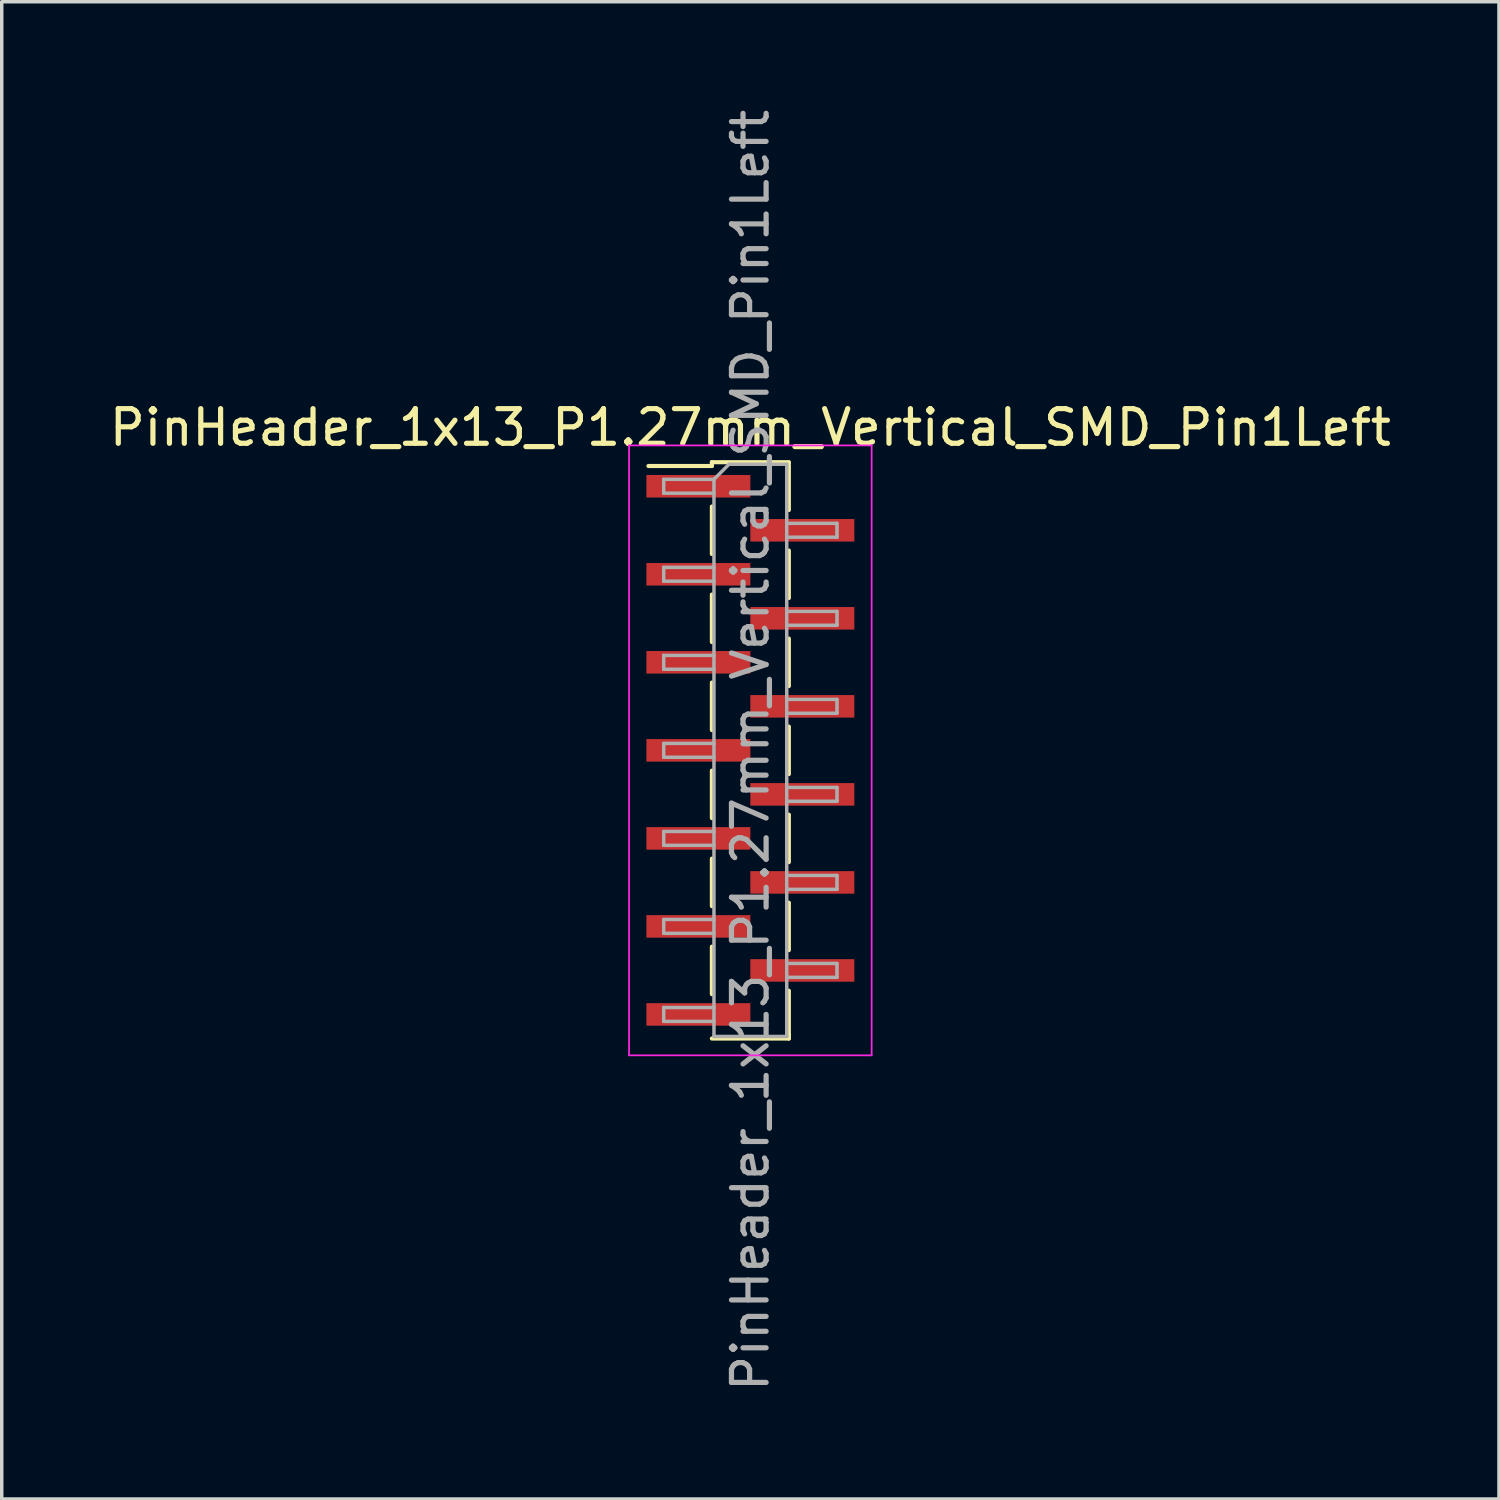
<source format=kicad_pcb>
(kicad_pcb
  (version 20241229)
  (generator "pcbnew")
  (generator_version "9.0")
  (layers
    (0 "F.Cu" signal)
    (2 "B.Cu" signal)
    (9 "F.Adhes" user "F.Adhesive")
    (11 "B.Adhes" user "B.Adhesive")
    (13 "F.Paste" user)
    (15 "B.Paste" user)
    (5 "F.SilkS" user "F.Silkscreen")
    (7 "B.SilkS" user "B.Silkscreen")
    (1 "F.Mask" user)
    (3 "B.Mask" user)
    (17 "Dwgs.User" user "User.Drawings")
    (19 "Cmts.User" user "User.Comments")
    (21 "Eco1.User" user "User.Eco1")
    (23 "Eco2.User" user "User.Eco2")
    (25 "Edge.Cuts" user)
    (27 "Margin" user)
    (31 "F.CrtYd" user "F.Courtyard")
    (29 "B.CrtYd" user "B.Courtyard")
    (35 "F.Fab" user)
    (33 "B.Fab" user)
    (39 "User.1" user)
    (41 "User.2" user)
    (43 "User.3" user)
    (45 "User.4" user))
  (footprint "PinHeader_1x13_P1.27mm_Vertical_SMD_Pin1Left"
    (layer "F.Cu")
    (at 18.601 18.601)
    (property "Reference" "PinHeader_1x13_P1.27mm_Vertical_SMD_Pin1Left" (at 0 -9.315 0) (layer "F.SilkS") (effects (font (size 1 1) (thickness 0.15))))
    (attr smd)
    (fp_line (start -1.11 -8.315) (end -1.11 -8.205) (stroke (width 0.12) (type solid)) (layer "F.SilkS"))
    (fp_line (start -1.11 -8.315) (end 1.11 -8.315) (stroke (width 0.12) (type solid)) (layer "F.SilkS"))
    (fp_line (start -1.11 -8.205) (end -2.94 -8.205) (stroke (width 0.12) (type solid)) (layer "F.SilkS"))
    (fp_line (start -1.11 -7.035) (end -1.11 -5.665) (stroke (width 0.12) (type solid)) (layer "F.SilkS"))
    (fp_line (start -1.11 -4.495) (end -1.11 -3.125) (stroke (width 0.12) (type solid)) (layer "F.SilkS"))
    (fp_line (start -1.11 -1.955) (end -1.11 -0.585) (stroke (width 0.12) (type solid)) (layer "F.SilkS"))
    (fp_line (start -1.11 0.585) (end -1.11 1.955) (stroke (width 0.12) (type solid)) (layer "F.SilkS"))
    (fp_line (start -1.11 3.125) (end -1.11 4.495) (stroke (width 0.12) (type solid)) (layer "F.SilkS"))
    (fp_line (start -1.11 5.665) (end -1.11 7.035) (stroke (width 0.12) (type solid)) (layer "F.SilkS"))
    (fp_line (start -1.11 8.315) (end 1.11 8.315) (stroke (width 0.12) (type solid)) (layer "F.SilkS"))
    (fp_line (start 1.11 -8.305) (end 1.11 -6.935) (stroke (width 0.12) (type solid)) (layer "F.SilkS"))
    (fp_line (start 1.11 -5.765) (end 1.11 -4.395) (stroke (width 0.12) (type solid)) (layer "F.SilkS"))
    (fp_line (start 1.11 -3.225) (end 1.11 -1.855) (stroke (width 0.12) (type solid)) (layer "F.SilkS"))
    (fp_line (start 1.11 -0.685) (end 1.11 0.685) (stroke (width 0.12) (type solid)) (layer "F.SilkS"))
    (fp_line (start 1.11 1.855) (end 1.11 3.225) (stroke (width 0.12) (type solid)) (layer "F.SilkS"))
    (fp_line (start 1.11 4.395) (end 1.11 5.765) (stroke (width 0.12) (type solid)) (layer "F.SilkS"))
    (fp_line (start 1.11 6.935) (end 1.11 8.305) (stroke (width 0.12) (type solid)) (layer "F.SilkS"))
    (fp_line (start 1.11 8.205) (end 1.11 8.315) (stroke (width 0.12) (type solid)) (layer "F.SilkS"))
    (fp_line (start -3.5 -8.8) (end -3.5 8.8) (stroke (width 0.05) (type solid)) (layer "F.CrtYd"))
    (fp_line (start -3.5 8.8) (end 3.5 8.8) (stroke (width 0.05) (type solid)) (layer "F.CrtYd"))
    (fp_line (start 3.5 -8.8) (end -3.5 -8.8) (stroke (width 0.05) (type solid)) (layer "F.CrtYd"))
    (fp_line (start 3.5 8.8) (end 3.5 -8.8) (stroke (width 0.05) (type solid)) (layer "F.CrtYd"))
    (fp_line (start -2.5 -7.82) (end -2.5 -7.42) (stroke (width 0.1) (type solid)) (layer "F.Fab"))
    (fp_line (start -2.5 -7.42) (end -1.05 -7.42) (stroke (width 0.1) (type solid)) (layer "F.Fab"))
    (fp_line (start -2.5 -5.28) (end -2.5 -4.88) (stroke (width 0.1) (type solid)) (layer "F.Fab"))
    (fp_line (start -2.5 -4.88) (end -1.05 -4.88) (stroke (width 0.1) (type solid)) (layer "F.Fab"))
    (fp_line (start -2.5 -2.74) (end -2.5 -2.34) (stroke (width 0.1) (type solid)) (layer "F.Fab"))
    (fp_line (start -2.5 -2.34) (end -1.05 -2.34) (stroke (width 0.1) (type solid)) (layer "F.Fab"))
    (fp_line (start -2.5 -0.2) (end -2.5 0.2) (stroke (width 0.1) (type solid)) (layer "F.Fab"))
    (fp_line (start -2.5 0.2) (end -1.05 0.2) (stroke (width 0.1) (type solid)) (layer "F.Fab"))
    (fp_line (start -2.5 2.34) (end -2.5 2.74) (stroke (width 0.1) (type solid)) (layer "F.Fab"))
    (fp_line (start -2.5 2.74) (end -1.05 2.74) (stroke (width 0.1) (type solid)) (layer "F.Fab"))
    (fp_line (start -2.5 4.88) (end -2.5 5.28) (stroke (width 0.1) (type solid)) (layer "F.Fab"))
    (fp_line (start -2.5 5.28) (end -1.05 5.28) (stroke (width 0.1) (type solid)) (layer "F.Fab"))
    (fp_line (start -2.5 7.42) (end -2.5 7.82) (stroke (width 0.1) (type solid)) (layer "F.Fab"))
    (fp_line (start -2.5 7.82) (end -1.05 7.82) (stroke (width 0.1) (type solid)) (layer "F.Fab"))
    (fp_line (start -1.05 -7.82) (end -2.5 -7.82) (stroke (width 0.1) (type solid)) (layer "F.Fab"))
    (fp_line (start -1.05 -7.82) (end -0.615 -8.255) (stroke (width 0.1) (type solid)) (layer "F.Fab"))
    (fp_line (start -1.05 -5.28) (end -2.5 -5.28) (stroke (width 0.1) (type solid)) (layer "F.Fab"))
    (fp_line (start -1.05 -2.74) (end -2.5 -2.74) (stroke (width 0.1) (type solid)) (layer "F.Fab"))
    (fp_line (start -1.05 -0.2) (end -2.5 -0.2) (stroke (width 0.1) (type solid)) (layer "F.Fab"))
    (fp_line (start -1.05 2.34) (end -2.5 2.34) (stroke (width 0.1) (type solid)) (layer "F.Fab"))
    (fp_line (start -1.05 4.88) (end -2.5 4.88) (stroke (width 0.1) (type solid)) (layer "F.Fab"))
    (fp_line (start -1.05 7.42) (end -2.5 7.42) (stroke (width 0.1) (type solid)) (layer "F.Fab"))
    (fp_line (start -1.05 8.255) (end -1.05 -7.82) (stroke (width 0.1) (type solid)) (layer "F.Fab"))
    (fp_line (start -0.615 -8.255) (end 1.05 -8.255) (stroke (width 0.1) (type solid)) (layer "F.Fab"))
    (fp_line (start 1.05 -8.255) (end 1.05 8.255) (stroke (width 0.1) (type solid)) (layer "F.Fab"))
    (fp_line (start 1.05 -6.55) (end 2.5 -6.55) (stroke (width 0.1) (type solid)) (layer "F.Fab"))
    (fp_line (start 1.05 -4.01) (end 2.5 -4.01) (stroke (width 0.1) (type solid)) (layer "F.Fab"))
    (fp_line (start 1.05 -1.47) (end 2.5 -1.47) (stroke (width 0.1) (type solid)) (layer "F.Fab"))
    (fp_line (start 1.05 1.07) (end 2.5 1.07) (stroke (width 0.1) (type solid)) (layer "F.Fab"))
    (fp_line (start 1.05 3.61) (end 2.5 3.61) (stroke (width 0.1) (type solid)) (layer "F.Fab"))
    (fp_line (start 1.05 6.15) (end 2.5 6.15) (stroke (width 0.1) (type solid)) (layer "F.Fab"))
    (fp_line (start 1.05 8.255) (end -1.05 8.255) (stroke (width 0.1) (type solid)) (layer "F.Fab"))
    (fp_line (start 2.5 -6.55) (end 2.5 -6.15) (stroke (width 0.1) (type solid)) (layer "F.Fab"))
    (fp_line (start 2.5 -6.15) (end 1.05 -6.15) (stroke (width 0.1) (type solid)) (layer "F.Fab"))
    (fp_line (start 2.5 -4.01) (end 2.5 -3.61) (stroke (width 0.1) (type solid)) (layer "F.Fab"))
    (fp_line (start 2.5 -3.61) (end 1.05 -3.61) (stroke (width 0.1) (type solid)) (layer "F.Fab"))
    (fp_line (start 2.5 -1.47) (end 2.5 -1.07) (stroke (width 0.1) (type solid)) (layer "F.Fab"))
    (fp_line (start 2.5 -1.07) (end 1.05 -1.07) (stroke (width 0.1) (type solid)) (layer "F.Fab"))
    (fp_line (start 2.5 1.07) (end 2.5 1.47) (stroke (width 0.1) (type solid)) (layer "F.Fab"))
    (fp_line (start 2.5 1.47) (end 1.05 1.47) (stroke (width 0.1) (type solid)) (layer "F.Fab"))
    (fp_line (start 2.5 3.61) (end 2.5 4.01) (stroke (width 0.1) (type solid)) (layer "F.Fab"))
    (fp_line (start 2.5 4.01) (end 1.05 4.01) (stroke (width 0.1) (type solid)) (layer "F.Fab"))
    (fp_line (start 2.5 6.15) (end 2.5 6.55) (stroke (width 0.1) (type solid)) (layer "F.Fab"))
    (fp_line (start 2.5 6.55) (end 1.05 6.55) (stroke (width 0.1) (type solid)) (layer "F.Fab"))
    (fp_text user "${REFERENCE}" (at 0 0 90) (layer "F.Fab") (effects (font (size 1 1) (thickness 0.15))))
    (pad "1" smd rect (at -1.5 -7.62) (size 3 0.65) (layers "F.Cu" "F.Mask" "F.Paste"))
    (pad "2" smd rect (at 1.5 -6.35) (size 3 0.65) (layers "F.Cu" "F.Mask" "F.Paste"))
    (pad "3" smd rect (at -1.5 -5.08) (size 3 0.65) (layers "F.Cu" "F.Mask" "F.Paste"))
    (pad "4" smd rect (at 1.5 -3.81) (size 3 0.65) (layers "F.Cu" "F.Mask" "F.Paste"))
    (pad "5" smd rect (at -1.5 -2.54) (size 3 0.65) (layers "F.Cu" "F.Mask" "F.Paste"))
    (pad "6" smd rect (at 1.5 -1.27) (size 3 0.65) (layers "F.Cu" "F.Mask" "F.Paste"))
    (pad "7" smd rect (at -1.5 0) (size 3 0.65) (layers "F.Cu" "F.Mask" "F.Paste"))
    (pad "8" smd rect (at 1.5 1.27) (size 3 0.65) (layers "F.Cu" "F.Mask" "F.Paste"))
    (pad "9" smd rect (at -1.5 2.54) (size 3 0.65) (layers "F.Cu" "F.Mask" "F.Paste"))
    (pad "10" smd rect (at 1.5 3.81) (size 3 0.65) (layers "F.Cu" "F.Mask" "F.Paste"))
    (pad "11" smd rect (at -1.5 5.08) (size 3 0.65) (layers "F.Cu" "F.Mask" "F.Paste"))
    (pad "12" smd rect (at 1.5 6.35) (size 3 0.65) (layers "F.Cu" "F.Mask" "F.Paste"))
    (pad "13" smd rect (at -1.5 7.62) (size 3 0.65) (layers "F.Cu" "F.Mask" "F.Paste")))
  (gr_rect
    (start -3 -3)
    (end 40.202 40.202)
    (stroke (width 0.1) (type default))
    (fill no)
    (layer "Edge.Cuts")))
</source>
